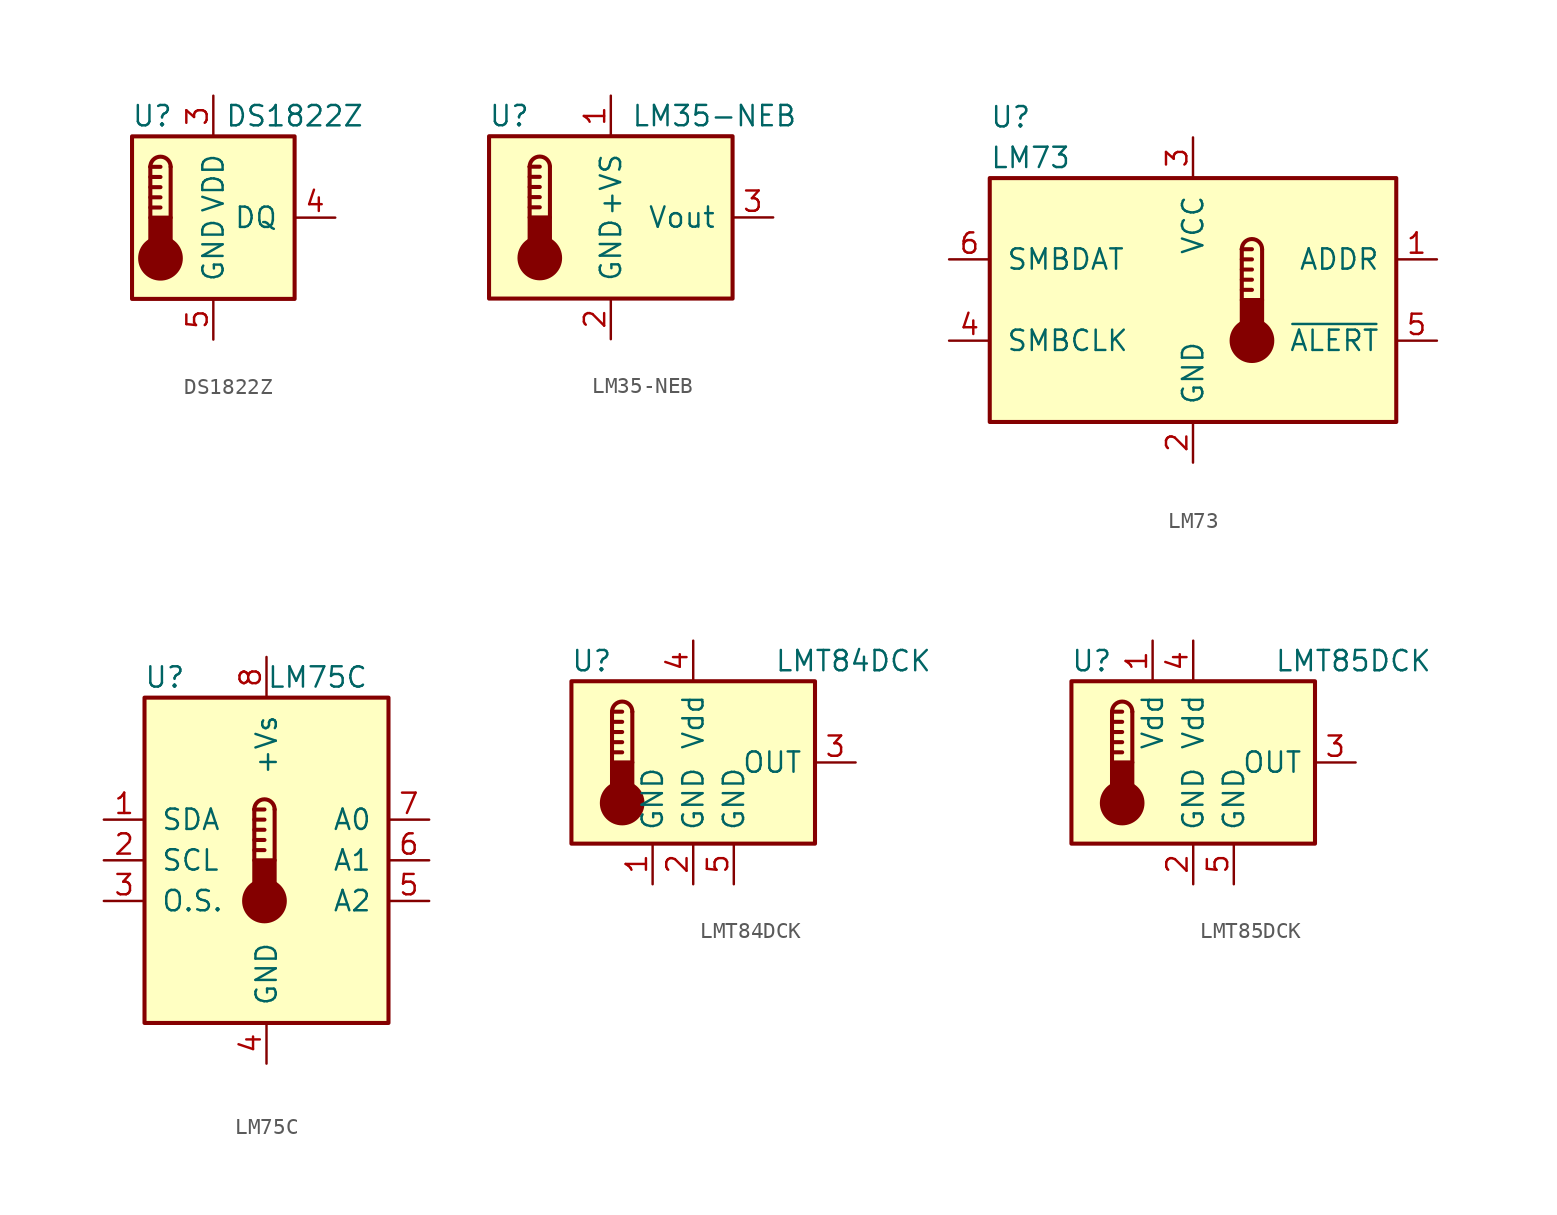
<source format=kicad_sym>
(kicad_symbol_lib
  (version 20220914)
  (generator kicad_symbol_editor)
  (symbol "DS1822Z"
    (pin_names
      (offset 1.016))
    (property "Reference" "U"
      (at -3.81 6.35 0)
      (effects (font (size 1.27 1.27))))
    (property "Value" "DS1822Z"
      (at 5.08 6.35 0)
      (effects (font (size 1.27 1.27))))
    (symbol "DS1822Z_0_1"
      (rectangle (start -5.08 5.08) (end 5.08 -5.08) (stroke (width 0.254) (type default)) (fill (type background)))
      (circle (center -3.302 -2.54) (radius 1.27) (stroke (width 0.254) (type default)) (fill (type outline)))
      (rectangle (start -2.667 -1.905) (end -3.937 0) (stroke (width 0.254) (type default)) (fill (type outline)))
      (arc (start -2.667 3.175) (mid -3.302 3.8073) (end -3.937 3.175) (stroke (width 0.254) (type default)) (fill (type none)))
      (polyline (pts (xy -3.937 0.635) (xy -3.302 0.635)) (stroke (width 0.254) (type default)) (fill (type none)))
      (polyline (pts (xy -3.937 1.27) (xy -3.302 1.27)) (stroke (width 0.254) (type default)) (fill (type none)))
      (polyline (pts (xy -3.937 1.905) (xy -3.302 1.905)) (stroke (width 0.254) (type default)) (fill (type none)))
      (polyline (pts (xy -3.937 2.54) (xy -3.302 2.54)) (stroke (width 0.254) (type default)) (fill (type none)))
      (polyline (pts (xy -3.937 3.175) (xy -3.937 0)) (stroke (width 0.254) (type default)) (fill (type none)))
      (polyline (pts (xy -3.937 3.175) (xy -3.302 3.175)) (stroke (width 0.254) (type default)) (fill (type none)))
      (polyline (pts (xy -2.667 3.175) (xy -2.667 0)) (stroke (width 0.254) (type default)) (fill (type none))))
    (symbol "DS1822Z_1_1"
      (pin no_connect line (at -7.62 2.54 0) (length 2.54) hide (name "NC" (effects (font (size 1.27 1.27)))) (number "1" (effects (font (size 1.27 1.27)))))
      (pin no_connect line (at -7.62 0 0) (length 2.54) hide (name "NC" (effects (font (size 1.27 1.27)))) (number "2" (effects (font (size 1.27 1.27)))))
      (pin power_in line (at 0 7.62 270) (length 2.54) (name "VDD" (effects (font (size 1.27 1.27)))) (number "3" (effects (font (size 1.27 1.27)))))
      (pin bidirectional line (at 7.62 0 180) (length 2.54) (name "DQ" (effects (font (size 1.27 1.27)))) (number "4" (effects (font (size 1.27 1.27)))))
      (pin power_in line (at 0 -7.62 90) (length 2.54) (name "GND" (effects (font (size 1.27 1.27)))) (number "5" (effects (font (size 1.27 1.27)))))
      (pin no_connect line (at -7.62 -2.54 0) (length 2.54) hide (name "NC" (effects (font (size 1.27 1.27)))) (number "6" (effects (font (size 1.27 1.27)))))
      (pin no_connect line (at 7.62 2.54 180) (length 2.54) hide (name "NC" (effects (font (size 1.27 1.27)))) (number "7" (effects (font (size 1.27 1.27)))))
      (pin no_connect line (at 7.62 -2.54 180) (length 2.54) hide (name "NC" (effects (font (size 1.27 1.27)))) (number "8" (effects (font (size 1.27 1.27)))))))
  (symbol "LM35-NEB"
    (pin_names
      (offset 1.016))
    (property "Reference" "U"
      (at -6.35 6.35 0)
      (effects (font (size 1.27 1.27))))
    (property "Value" "LM35-NEB"
      (at 1.27 6.35 0)
      (effects (font (size 1.27 1.27)) (justify left)))
    (symbol "LM35-NEB_0_1"
      (rectangle (start -7.62 5.08) (end 7.62 -5.08) (stroke (width 0.254) (type default)) (fill (type background)))
      (circle (center -4.445 -2.54) (radius 1.27) (stroke (width 0.254) (type default)) (fill (type outline)))
      (rectangle (start -3.81 -1.905) (end -5.08 0) (stroke (width 0.254) (type default)) (fill (type outline)))
      (arc (start -3.81 3.175) (mid -4.445 3.8073) (end -5.08 3.175) (stroke (width 0.254) (type default)) (fill (type none)))
      (polyline (pts (xy -5.08 0.635) (xy -4.445 0.635)) (stroke (width 0.254) (type default)) (fill (type none)))
      (polyline (pts (xy -5.08 1.27) (xy -4.445 1.27)) (stroke (width 0.254) (type default)) (fill (type none)))
      (polyline (pts (xy -5.08 1.905) (xy -4.445 1.905)) (stroke (width 0.254) (type default)) (fill (type none)))
      (polyline (pts (xy -5.08 2.54) (xy -4.445 2.54)) (stroke (width 0.254) (type default)) (fill (type none)))
      (polyline (pts (xy -5.08 3.175) (xy -5.08 0)) (stroke (width 0.254) (type default)) (fill (type none)))
      (polyline (pts (xy -5.08 3.175) (xy -4.445 3.175)) (stroke (width 0.254) (type default)) (fill (type none)))
      (polyline (pts (xy -3.81 3.175) (xy -3.81 0)) (stroke (width 0.254) (type default)) (fill (type none))))
    (symbol "LM35-NEB_1_1"
      (pin power_in line (at 0 7.62 270) (length 2.54) (name "+VS" (effects (font (size 1.27 1.27)))) (number "1" (effects (font (size 1.27 1.27)))))
      (pin power_in line (at 0 -7.62 90) (length 2.54) (name "GND" (effects (font (size 1.27 1.27)))) (number "2" (effects (font (size 1.27 1.27)))))
      (pin output line (at 10.16 0 180) (length 2.54) (name "Vout" (effects (font (size 1.27 1.27)))) (number "3" (effects (font (size 1.27 1.27)))))))
  (symbol "LM73"
    (pin_names
      (offset 1.016))
    (property "Reference" "U"
      (at -12.7 11.43 0)
      (effects (font (size 1.27 1.27)) (justify left)))
    (property "Value" "LM73"
      (at -12.7 8.89 0)
      (effects (font (size 1.27 1.27)) (justify left)))
    (symbol "LM73_0_1"
      (rectangle (start -12.7 7.62) (end 12.7 -7.62) (stroke (width 0.254) (type default)) (fill (type background)))
      (polyline (pts (xy 3.048 0.635) (xy 3.683 0.635)) (stroke (width 0.254) (type default)) (fill (type none)))
      (polyline (pts (xy 3.048 1.27) (xy 3.683 1.27)) (stroke (width 0.254) (type default)) (fill (type none)))
      (polyline (pts (xy 3.048 1.905) (xy 3.683 1.905)) (stroke (width 0.254) (type default)) (fill (type none)))
      (polyline (pts (xy 3.048 2.54) (xy 3.683 2.54)) (stroke (width 0.254) (type default)) (fill (type none)))
      (polyline (pts (xy 3.048 3.175) (xy 3.048 0)) (stroke (width 0.254) (type default)) (fill (type none)))
      (polyline (pts (xy 3.048 3.175) (xy 3.683 3.175)) (stroke (width 0.254) (type default)) (fill (type none)))
      (polyline (pts (xy 4.318 3.175) (xy 4.318 0)) (stroke (width 0.254) (type default)) (fill (type none)))
      (circle (center 3.683 -2.54) (radius 1.27) (stroke (width 0.254) (type default)) (fill (type outline)))
      (rectangle (start 4.318 -1.905) (end 3.048 0) (stroke (width 0.254) (type default)) (fill (type outline)))
      (arc (start 4.318 3.175) (mid 3.683 3.8073) (end 3.048 3.175) (stroke (width 0.254) (type default)) (fill (type none))))
    (symbol "LM73_1_1"
      (pin input line (at 15.24 2.54 180) (length 2.54) (name "ADDR" (effects (font (size 1.27 1.27)))) (number "1" (effects (font (size 1.27 1.27)))))
      (pin power_in line (at 0 -10.16 90) (length 2.54) (name "GND" (effects (font (size 1.27 1.27)))) (number "2" (effects (font (size 1.27 1.27)))))
      (pin power_in line (at 0 10.16 270) (length 2.54) (name "VCC" (effects (font (size 1.27 1.27)))) (number "3" (effects (font (size 1.27 1.27)))))
      (pin input line (at -15.24 -2.54 0) (length 2.54) (name "SMBCLK" (effects (font (size 1.27 1.27)))) (number "4" (effects (font (size 1.27 1.27)))))
      (pin output line (at 15.24 -2.54 180) (length 2.54) (name "~{ALERT}" (effects (font (size 1.27 1.27)))) (number "5" (effects (font (size 1.27 1.27)))))
      (pin bidirectional line (at -15.24 2.54 0) (length 2.54) (name "SMBDAT" (effects (font (size 1.27 1.27)))) (number "6" (effects (font (size 1.27 1.27)))))))
  (symbol "LM75C"
    (pin_names
      (offset 1.016))
    (property "Reference" "U"
      (at -6.35 11.43 0)
      (effects (font (size 1.27 1.27))))
    (property "Value" "LM75C"
      (at 0 11.43 0)
      (effects (font (size 1.27 1.27)) (justify left)))
    (symbol "LM75C_0_1"
      (rectangle (start -7.62 10.16) (end 7.62 -10.16) (stroke (width 0.254) (type default)) (fill (type background)))
      (circle (center -0.127 -2.54) (radius 1.27) (stroke (width 0.254) (type default)) (fill (type outline)))
      (polyline (pts (xy -0.762 0.635) (xy -0.127 0.635)) (stroke (width 0.254) (type default)) (fill (type none)))
      (polyline (pts (xy -0.762 1.27) (xy -0.127 1.27)) (stroke (width 0.254) (type default)) (fill (type none)))
      (polyline (pts (xy -0.762 1.905) (xy -0.127 1.905)) (stroke (width 0.254) (type default)) (fill (type none)))
      (polyline (pts (xy -0.762 2.54) (xy -0.127 2.54)) (stroke (width 0.254) (type default)) (fill (type none)))
      (polyline (pts (xy -0.762 3.175) (xy -0.762 0)) (stroke (width 0.254) (type default)) (fill (type none)))
      (polyline (pts (xy -0.762 3.175) (xy -0.127 3.175)) (stroke (width 0.254) (type default)) (fill (type none)))
      (polyline (pts (xy 0.508 3.175) (xy 0.508 0)) (stroke (width 0.254) (type default)) (fill (type none)))
      (rectangle (start 0.508 -1.905) (end -0.762 0) (stroke (width 0.254) (type default)) (fill (type outline)))
      (arc (start 0.508 3.175) (mid -0.127 3.8073) (end -0.762 3.175) (stroke (width 0.254) (type default)) (fill (type none))))
    (symbol "LM75C_1_1"
      (pin bidirectional line (at -10.16 2.54 0) (length 2.54) (name "SDA" (effects (font (size 1.27 1.27)))) (number "1" (effects (font (size 1.27 1.27)))))
      (pin input line (at -10.16 0 0) (length 2.54) (name "SCL" (effects (font (size 1.27 1.27)))) (number "2" (effects (font (size 1.27 1.27)))))
      (pin open_collector line (at -10.16 -2.54 0) (length 2.54) (name "O.S." (effects (font (size 1.27 1.27)))) (number "3" (effects (font (size 1.27 1.27)))))
      (pin power_in line (at 0 -12.7 90) (length 2.54) (name "GND" (effects (font (size 1.27 1.27)))) (number "4" (effects (font (size 1.27 1.27)))))
      (pin input line (at 10.16 -2.54 180) (length 2.54) (name "A2" (effects (font (size 1.27 1.27)))) (number "5" (effects (font (size 1.27 1.27)))))
      (pin input line (at 10.16 0 180) (length 2.54) (name "A1" (effects (font (size 1.27 1.27)))) (number "6" (effects (font (size 1.27 1.27)))))
      (pin input line (at 10.16 2.54 180) (length 2.54) (name "A0" (effects (font (size 1.27 1.27)))) (number "7" (effects (font (size 1.27 1.27)))))
      (pin power_in line (at 0 12.7 270) (length 2.54) (name "+Vs" (effects (font (size 1.27 1.27)))) (number "8" (effects (font (size 1.27 1.27)))))))
  (symbol "LMT84DCK"
    (pin_names
      (offset 0.762))
    (property "Reference" "U"
      (at -6.35 6.35 0)
      (effects (font (size 1.27 1.27))))
    (property "Value" "LMT84DCK"
      (at 5.08 6.35 0)
      (effects (font (size 1.27 1.27)) (justify left)))
    (symbol "LMT84DCK_0_1"
      (rectangle (start -7.62 5.08) (end 7.62 -5.08) (stroke (width 0.254) (type default)) (fill (type background)))
      (circle (center -4.445 -2.54) (radius 1.27) (stroke (width 0.254) (type default)) (fill (type outline)))
      (rectangle (start -3.81 -1.905) (end -5.08 0) (stroke (width 0.254) (type default)) (fill (type outline)))
      (arc (start -3.81 3.175) (mid -4.445 3.8073) (end -5.08 3.175) (stroke (width 0.254) (type default)) (fill (type none)))
      (polyline (pts (xy -5.08 0.635) (xy -4.445 0.635)) (stroke (width 0.254) (type default)) (fill (type none)))
      (polyline (pts (xy -5.08 1.27) (xy -4.445 1.27)) (stroke (width 0.254) (type default)) (fill (type none)))
      (polyline (pts (xy -5.08 1.905) (xy -4.445 1.905)) (stroke (width 0.254) (type default)) (fill (type none)))
      (polyline (pts (xy -5.08 2.54) (xy -4.445 2.54)) (stroke (width 0.254) (type default)) (fill (type none)))
      (polyline (pts (xy -5.08 3.175) (xy -5.08 0)) (stroke (width 0.254) (type default)) (fill (type none)))
      (polyline (pts (xy -5.08 3.175) (xy -4.445 3.175)) (stroke (width 0.254) (type default)) (fill (type none)))
      (polyline (pts (xy -3.81 3.175) (xy -3.81 0)) (stroke (width 0.254) (type default)) (fill (type none))))
    (symbol "LMT84DCK_1_1"
      (pin power_in line (at -2.54 -7.62 90) (length 2.54) (name "GND" (effects (font (size 1.27 1.27)))) (number "1" (effects (font (size 1.27 1.27)))))
      (pin power_in line (at 0 -7.62 90) (length 2.54) (name "GND" (effects (font (size 1.27 1.27)))) (number "2" (effects (font (size 1.27 1.27)))))
      (pin output line (at 10.16 0 180) (length 2.54) (name "OUT" (effects (font (size 1.27 1.27)))) (number "3" (effects (font (size 1.27 1.27)))))
      (pin power_in line (at 0 7.62 270) (length 2.54) (name "Vdd" (effects (font (size 1.27 1.27)))) (number "4" (effects (font (size 1.27 1.27)))))
      (pin power_in line (at 2.54 -7.62 90) (length 2.54) (name "GND" (effects (font (size 1.27 1.27)))) (number "5" (effects (font (size 1.27 1.27)))))))
  (symbol "LMT85DCK"
    (pin_names
      (offset 0.762))
    (property "Reference" "U"
      (at -6.35 6.35 0)
      (effects (font (size 1.27 1.27))))
    (property "Value" "LMT85DCK"
      (at 5.08 6.35 0)
      (effects (font (size 1.27 1.27)) (justify left)))
    (symbol "LMT85DCK_0_1"
      (rectangle (start -7.62 5.08) (end 7.62 -5.08) (stroke (width 0.254) (type default)) (fill (type background)))
      (circle (center -4.445 -2.54) (radius 1.27) (stroke (width 0.254) (type default)) (fill (type outline)))
      (rectangle (start -3.81 -1.905) (end -5.08 0) (stroke (width 0.254) (type default)) (fill (type outline)))
      (arc (start -3.81 3.175) (mid -4.445 3.8073) (end -5.08 3.175) (stroke (width 0.254) (type default)) (fill (type none)))
      (polyline (pts (xy -5.08 0.635) (xy -4.445 0.635)) (stroke (width 0.254) (type default)) (fill (type none)))
      (polyline (pts (xy -5.08 1.27) (xy -4.445 1.27)) (stroke (width 0.254) (type default)) (fill (type none)))
      (polyline (pts (xy -5.08 1.905) (xy -4.445 1.905)) (stroke (width 0.254) (type default)) (fill (type none)))
      (polyline (pts (xy -5.08 2.54) (xy -4.445 2.54)) (stroke (width 0.254) (type default)) (fill (type none)))
      (polyline (pts (xy -5.08 3.175) (xy -5.08 0)) (stroke (width 0.254) (type default)) (fill (type none)))
      (polyline (pts (xy -5.08 3.175) (xy -4.445 3.175)) (stroke (width 0.254) (type default)) (fill (type none)))
      (polyline (pts (xy -3.81 3.175) (xy -3.81 0)) (stroke (width 0.254) (type default)) (fill (type none))))
    (symbol "LMT85DCK_1_1"
      (pin power_in line (at -2.54 7.62 270) (length 2.54) (name "Vdd" (effects (font (size 1.27 1.27)))) (number "1" (effects (font (size 1.27 1.27)))))
      (pin power_in line (at 0 -7.62 90) (length 2.54) (name "GND" (effects (font (size 1.27 1.27)))) (number "2" (effects (font (size 1.27 1.27)))))
      (pin output line (at 10.16 0 180) (length 2.54) (name "OUT" (effects (font (size 1.27 1.27)))) (number "3" (effects (font (size 1.27 1.27)))))
      (pin power_in line (at 0 7.62 270) (length 2.54) (name "Vdd" (effects (font (size 1.27 1.27)))) (number "4" (effects (font (size 1.27 1.27)))))
      (pin power_in line (at 2.54 -7.62 90) (length 2.54) (name "GND" (effects (font (size 1.27 1.27)))) (number "5" (effects (font (size 1.27 1.27))))))))
</source>
